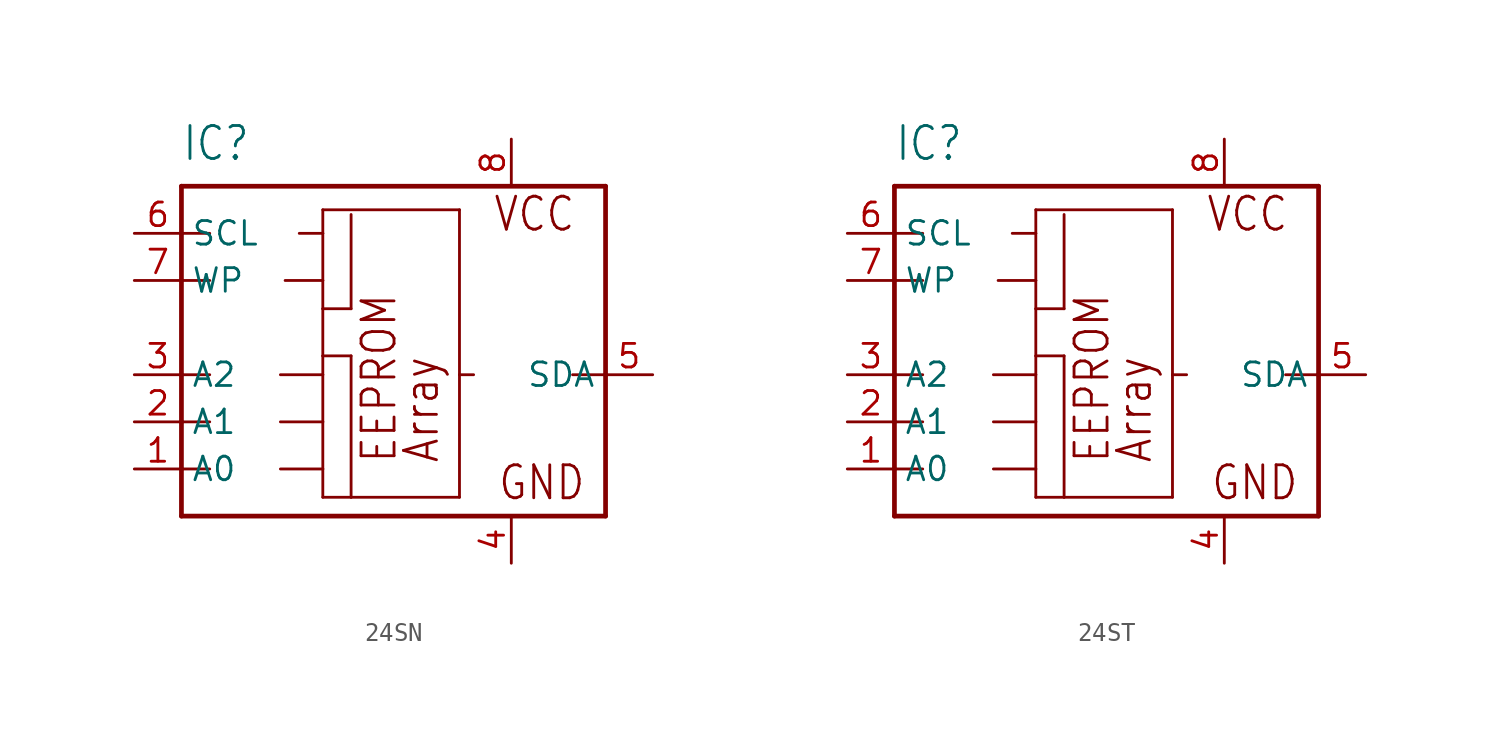
<source format=kicad_sym>
(kicad_symbol_lib
  (version 20220914)
  (generator kicad_symbol_editor)
  (symbol "24SN"
    (property "Reference" "IC"
      (at -10.16 11.43 0)
      (effects (font (size 1.778 1.511)) (justify left bottom)))
    (property "Value" ""
      (at -10.16 -10.16 0)
      (effects (font (size 1.778 1.511)) (justify left bottom)))
    (property "ki_locked" ""
      (at 0 0 0)
      (effects (font (size 1.27 1.27))))
    (symbol "24SN_1_0"
      (polyline (pts (xy -10.16 -7.62) (xy -10.16 -5.08)) (stroke (width 0.254) (type solid)) (fill (type none)))
      (polyline (pts (xy -10.16 -5.08) (xy -10.16 -2.54)) (stroke (width 0.254) (type solid)) (fill (type none)))
      (polyline (pts (xy -10.16 -5.08) (xy -8.636 -5.08)) (stroke (width 0.152) (type solid)) (fill (type none)))
      (polyline (pts (xy -10.16 -2.54) (xy -10.16 0)) (stroke (width 0.254) (type solid)) (fill (type none)))
      (polyline (pts (xy -10.16 -2.54) (xy -8.636 -2.54)) (stroke (width 0.152) (type solid)) (fill (type none)))
      (polyline (pts (xy -10.16 0) (xy -10.16 5.08)) (stroke (width 0.254) (type solid)) (fill (type none)))
      (polyline (pts (xy -10.16 0) (xy -8.636 0)) (stroke (width 0.152) (type solid)) (fill (type none)))
      (polyline (pts (xy -10.16 5.08) (xy -10.16 7.62)) (stroke (width 0.254) (type solid)) (fill (type none)))
      (polyline (pts (xy -10.16 5.08) (xy -8.636 5.08)) (stroke (width 0.152) (type solid)) (fill (type none)))
      (polyline (pts (xy -10.16 7.62) (xy -10.16 10.16)) (stroke (width 0.254) (type solid)) (fill (type none)))
      (polyline (pts (xy -10.16 7.62) (xy -8.636 7.62)) (stroke (width 0.152) (type solid)) (fill (type none)))
      (polyline (pts (xy -10.16 10.16) (xy 12.7 10.16)) (stroke (width 0.254) (type solid)) (fill (type none)))
      (polyline (pts (xy -4.826 -5.08) (xy -2.54 -5.08)) (stroke (width 0.152) (type solid)) (fill (type none)))
      (polyline (pts (xy -4.826 -2.54) (xy -2.54 -2.54)) (stroke (width 0.152) (type solid)) (fill (type none)))
      (polyline (pts (xy -4.826 0) (xy -2.54 0)) (stroke (width 0.152) (type solid)) (fill (type none)))
      (polyline (pts (xy -4.572 5.08) (xy -2.54 5.08)) (stroke (width 0.152) (type solid)) (fill (type none)))
      (polyline (pts (xy -3.81 7.62) (xy -2.54 7.62)) (stroke (width 0.152) (type solid)) (fill (type none)))
      (polyline (pts (xy -2.54 -6.604) (xy -2.54 -5.08)) (stroke (width 0.152) (type solid)) (fill (type none)))
      (polyline (pts (xy -2.54 -5.08) (xy -2.54 -2.54)) (stroke (width 0.152) (type solid)) (fill (type none)))
      (polyline (pts (xy -2.54 -2.54) (xy -2.54 0)) (stroke (width 0.152) (type solid)) (fill (type none)))
      (polyline (pts (xy -2.54 0) (xy -2.54 1.016)) (stroke (width 0.152) (type solid)) (fill (type none)))
      (polyline (pts (xy -2.54 1.016) (xy -2.54 3.556)) (stroke (width 0.152) (type solid)) (fill (type none)))
      (polyline (pts (xy -2.54 1.016) (xy -1.016 1.016)) (stroke (width 0.152) (type solid)) (fill (type none)))
      (polyline (pts (xy -2.54 3.556) (xy -2.54 5.08)) (stroke (width 0.152) (type solid)) (fill (type none)))
      (polyline (pts (xy -2.54 3.556) (xy -1.016 3.556)) (stroke (width 0.152) (type solid)) (fill (type none)))
      (polyline (pts (xy -2.54 5.08) (xy -2.54 7.62)) (stroke (width 0.152) (type solid)) (fill (type none)))
      (polyline (pts (xy -2.54 7.62) (xy -2.54 8.89)) (stroke (width 0.152) (type solid)) (fill (type none)))
      (polyline (pts (xy -2.54 8.89) (xy 4.826 8.89)) (stroke (width 0.152) (type solid)) (fill (type none)))
      (polyline (pts (xy -1.016 -6.604) (xy -2.54 -6.604)) (stroke (width 0.152) (type solid)) (fill (type none)))
      (polyline (pts (xy -1.016 1.016) (xy -1.016 -6.604)) (stroke (width 0.152) (type solid)) (fill (type none)))
      (polyline (pts (xy -1.016 8.636) (xy -1.016 3.556)) (stroke (width 0.152) (type solid)) (fill (type none)))
      (polyline (pts (xy 4.826 -6.604) (xy -1.016 -6.604)) (stroke (width 0.152) (type solid)) (fill (type none)))
      (polyline (pts (xy 4.826 0) (xy 4.826 -6.604)) (stroke (width 0.152) (type solid)) (fill (type none)))
      (polyline (pts (xy 4.826 8.89) (xy 4.826 0)) (stroke (width 0.152) (type solid)) (fill (type none)))
      (polyline (pts (xy 5.588 0) (xy 4.826 0)) (stroke (width 0.152) (type solid)) (fill (type none)))
      (polyline (pts (xy 12.7 -7.62) (xy -10.16 -7.62)) (stroke (width 0.254) (type solid)) (fill (type none)))
      (polyline (pts (xy 12.7 0) (xy 10.922 0)) (stroke (width 0.152) (type solid)) (fill (type none)))
      (polyline (pts (xy 12.7 0) (xy 12.7 -7.62)) (stroke (width 0.254) (type solid)) (fill (type none)))
      (polyline (pts (xy 12.7 10.16) (xy 12.7 0)) (stroke (width 0.254) (type solid)) (fill (type none)))
      (text "Array" (at 3.81 -4.826 900) (effects (font (size 1.778 1.511)) (justify left bottom)))
      (text "EEPROM" (at 1.524 -4.826 900) (effects (font (size 1.778 1.511)) (justify left bottom)))
      (text "GND" (at 6.858 -6.858 0) (effects (font (size 1.778 1.511)) (justify left bottom)))
      (text "VCC" (at 6.604 7.62 0) (effects (font (size 1.778 1.511)) (justify left bottom)))
      (pin input line (at -12.7 -5.08 0) (length 2.54) (name "A0" (effects (font (size 1.27 1.27)))) (number "1" (effects (font (size 1.27 1.27)))))
      (pin input line (at -12.7 -2.54 0) (length 2.54) (name "A1" (effects (font (size 1.27 1.27)))) (number "2" (effects (font (size 1.27 1.27)))))
      (pin input line (at -12.7 0 0) (length 2.54) (name "A2" (effects (font (size 1.27 1.27)))) (number "3" (effects (font (size 1.27 1.27)))))
      (pin power_in line (at 7.62 -10.16 90) (length 2.54) (name "GND" (effects (font (size 0 0)))) (number "4" (effects (font (size 1.27 1.27)))))
      (pin bidirectional line (at 15.24 0 180) (length 2.54) (name "SDA" (effects (font (size 1.27 1.27)))) (number "5" (effects (font (size 1.27 1.27)))))
      (pin input line (at -12.7 7.62 0) (length 2.54) (name "SCL" (effects (font (size 1.27 1.27)))) (number "6" (effects (font (size 1.27 1.27)))))
      (pin input line (at -12.7 5.08 0) (length 2.54) (name "WP" (effects (font (size 1.27 1.27)))) (number "7" (effects (font (size 1.27 1.27)))))
      (pin power_in line (at 7.62 12.7 270) (length 2.54) (name "VCC" (effects (font (size 0 0)))) (number "8" (effects (font (size 1.27 1.27)))))))
  (symbol "24ST"
    (property "Reference" "IC"
      (at -10.16 11.43 0)
      (effects (font (size 1.778 1.511)) (justify left bottom)))
    (property "Value" ""
      (at -10.16 -10.16 0)
      (effects (font (size 1.778 1.511)) (justify left bottom)))
    (property "ki_locked" ""
      (at 0 0 0)
      (effects (font (size 1.27 1.27))))
    (symbol "24ST_1_0"
      (polyline (pts (xy -10.16 -7.62) (xy -10.16 -5.08)) (stroke (width 0.254) (type solid)) (fill (type none)))
      (polyline (pts (xy -10.16 -5.08) (xy -10.16 -2.54)) (stroke (width 0.254) (type solid)) (fill (type none)))
      (polyline (pts (xy -10.16 -5.08) (xy -8.636 -5.08)) (stroke (width 0.152) (type solid)) (fill (type none)))
      (polyline (pts (xy -10.16 -2.54) (xy -10.16 0)) (stroke (width 0.254) (type solid)) (fill (type none)))
      (polyline (pts (xy -10.16 -2.54) (xy -8.636 -2.54)) (stroke (width 0.152) (type solid)) (fill (type none)))
      (polyline (pts (xy -10.16 0) (xy -10.16 5.08)) (stroke (width 0.254) (type solid)) (fill (type none)))
      (polyline (pts (xy -10.16 0) (xy -8.636 0)) (stroke (width 0.152) (type solid)) (fill (type none)))
      (polyline (pts (xy -10.16 5.08) (xy -10.16 7.62)) (stroke (width 0.254) (type solid)) (fill (type none)))
      (polyline (pts (xy -10.16 5.08) (xy -8.636 5.08)) (stroke (width 0.152) (type solid)) (fill (type none)))
      (polyline (pts (xy -10.16 7.62) (xy -10.16 10.16)) (stroke (width 0.254) (type solid)) (fill (type none)))
      (polyline (pts (xy -10.16 7.62) (xy -8.636 7.62)) (stroke (width 0.152) (type solid)) (fill (type none)))
      (polyline (pts (xy -10.16 10.16) (xy 12.7 10.16)) (stroke (width 0.254) (type solid)) (fill (type none)))
      (polyline (pts (xy -4.826 -5.08) (xy -2.54 -5.08)) (stroke (width 0.152) (type solid)) (fill (type none)))
      (polyline (pts (xy -4.826 -2.54) (xy -2.54 -2.54)) (stroke (width 0.152) (type solid)) (fill (type none)))
      (polyline (pts (xy -4.826 0) (xy -2.54 0)) (stroke (width 0.152) (type solid)) (fill (type none)))
      (polyline (pts (xy -4.572 5.08) (xy -2.54 5.08)) (stroke (width 0.152) (type solid)) (fill (type none)))
      (polyline (pts (xy -3.81 7.62) (xy -2.54 7.62)) (stroke (width 0.152) (type solid)) (fill (type none)))
      (polyline (pts (xy -2.54 -6.604) (xy -2.54 -5.08)) (stroke (width 0.152) (type solid)) (fill (type none)))
      (polyline (pts (xy -2.54 -5.08) (xy -2.54 -2.54)) (stroke (width 0.152) (type solid)) (fill (type none)))
      (polyline (pts (xy -2.54 -2.54) (xy -2.54 0)) (stroke (width 0.152) (type solid)) (fill (type none)))
      (polyline (pts (xy -2.54 0) (xy -2.54 1.016)) (stroke (width 0.152) (type solid)) (fill (type none)))
      (polyline (pts (xy -2.54 1.016) (xy -2.54 3.556)) (stroke (width 0.152) (type solid)) (fill (type none)))
      (polyline (pts (xy -2.54 1.016) (xy -1.016 1.016)) (stroke (width 0.152) (type solid)) (fill (type none)))
      (polyline (pts (xy -2.54 3.556) (xy -2.54 5.08)) (stroke (width 0.152) (type solid)) (fill (type none)))
      (polyline (pts (xy -2.54 3.556) (xy -1.016 3.556)) (stroke (width 0.152) (type solid)) (fill (type none)))
      (polyline (pts (xy -2.54 5.08) (xy -2.54 7.62)) (stroke (width 0.152) (type solid)) (fill (type none)))
      (polyline (pts (xy -2.54 7.62) (xy -2.54 8.89)) (stroke (width 0.152) (type solid)) (fill (type none)))
      (polyline (pts (xy -2.54 8.89) (xy 4.826 8.89)) (stroke (width 0.152) (type solid)) (fill (type none)))
      (polyline (pts (xy -1.016 -6.604) (xy -2.54 -6.604)) (stroke (width 0.152) (type solid)) (fill (type none)))
      (polyline (pts (xy -1.016 1.016) (xy -1.016 -6.604)) (stroke (width 0.152) (type solid)) (fill (type none)))
      (polyline (pts (xy -1.016 8.636) (xy -1.016 3.556)) (stroke (width 0.152) (type solid)) (fill (type none)))
      (polyline (pts (xy 4.826 -6.604) (xy -1.016 -6.604)) (stroke (width 0.152) (type solid)) (fill (type none)))
      (polyline (pts (xy 4.826 0) (xy 4.826 -6.604)) (stroke (width 0.152) (type solid)) (fill (type none)))
      (polyline (pts (xy 4.826 8.89) (xy 4.826 0)) (stroke (width 0.152) (type solid)) (fill (type none)))
      (polyline (pts (xy 5.588 0) (xy 4.826 0)) (stroke (width 0.152) (type solid)) (fill (type none)))
      (polyline (pts (xy 12.7 -7.62) (xy -10.16 -7.62)) (stroke (width 0.254) (type solid)) (fill (type none)))
      (polyline (pts (xy 12.7 0) (xy 10.922 0)) (stroke (width 0.152) (type solid)) (fill (type none)))
      (polyline (pts (xy 12.7 0) (xy 12.7 -7.62)) (stroke (width 0.254) (type solid)) (fill (type none)))
      (polyline (pts (xy 12.7 10.16) (xy 12.7 0)) (stroke (width 0.254) (type solid)) (fill (type none)))
      (text "Array" (at 3.81 -4.826 900) (effects (font (size 1.778 1.511)) (justify left bottom)))
      (text "EEPROM" (at 1.524 -4.826 900) (effects (font (size 1.778 1.511)) (justify left bottom)))
      (text "GND" (at 6.858 -6.858 0) (effects (font (size 1.778 1.511)) (justify left bottom)))
      (text "VCC" (at 6.604 7.62 0) (effects (font (size 1.778 1.511)) (justify left bottom)))
      (pin input line (at -12.7 -5.08 0) (length 2.54) (name "A0" (effects (font (size 1.27 1.27)))) (number "1" (effects (font (size 1.27 1.27)))))
      (pin input line (at -12.7 -2.54 0) (length 2.54) (name "A1" (effects (font (size 1.27 1.27)))) (number "2" (effects (font (size 1.27 1.27)))))
      (pin input line (at -12.7 0 0) (length 2.54) (name "A2" (effects (font (size 1.27 1.27)))) (number "3" (effects (font (size 1.27 1.27)))))
      (pin power_in line (at 7.62 -10.16 90) (length 2.54) (name "GND" (effects (font (size 0 0)))) (number "4" (effects (font (size 1.27 1.27)))))
      (pin bidirectional line (at 15.24 0 180) (length 2.54) (name "SDA" (effects (font (size 1.27 1.27)))) (number "5" (effects (font (size 1.27 1.27)))))
      (pin input line (at -12.7 7.62 0) (length 2.54) (name "SCL" (effects (font (size 1.27 1.27)))) (number "6" (effects (font (size 1.27 1.27)))))
      (pin input line (at -12.7 5.08 0) (length 2.54) (name "WP" (effects (font (size 1.27 1.27)))) (number "7" (effects (font (size 1.27 1.27)))))
      (pin power_in line (at 7.62 12.7 270) (length 2.54) (name "VCC" (effects (font (size 0 0)))) (number "8" (effects (font (size 1.27 1.27))))))))
</source>
